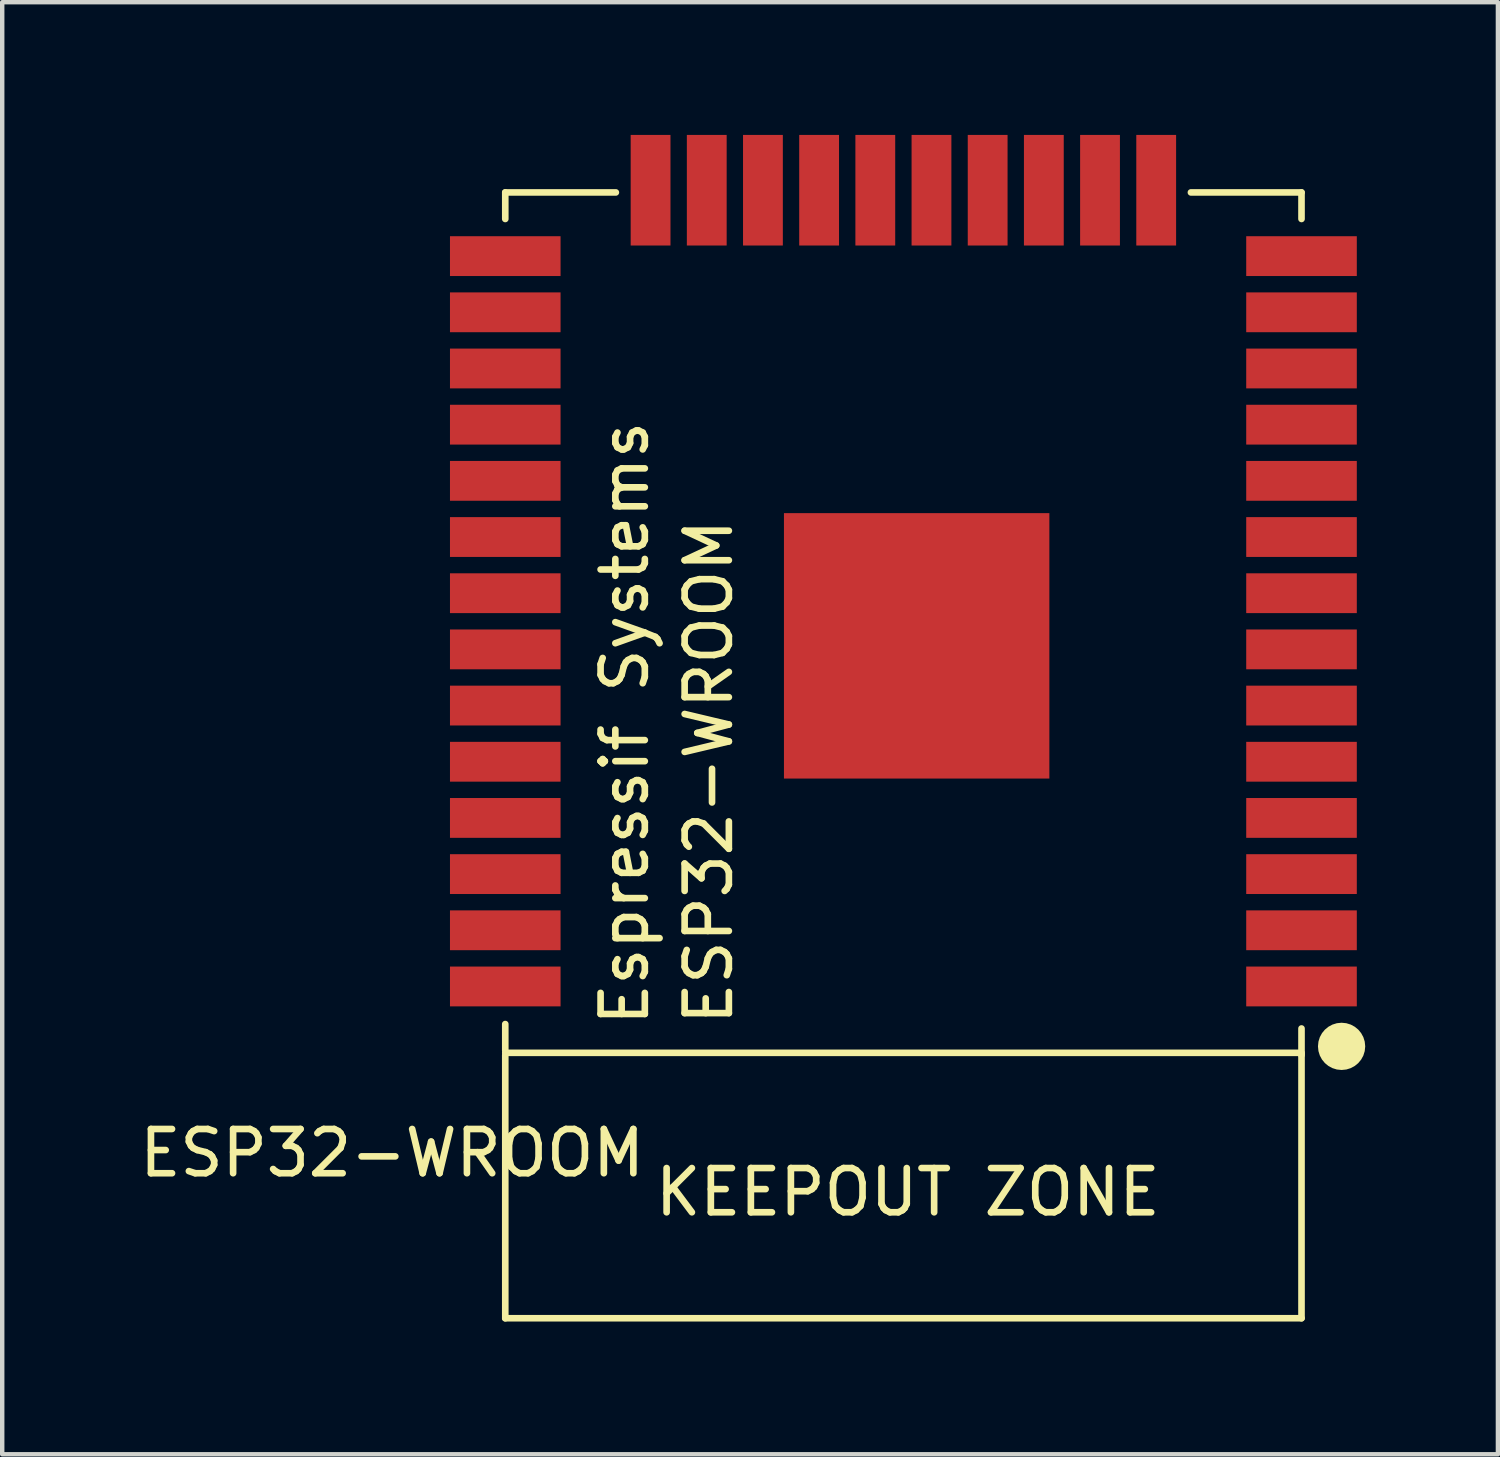
<source format=kicad_pcb>
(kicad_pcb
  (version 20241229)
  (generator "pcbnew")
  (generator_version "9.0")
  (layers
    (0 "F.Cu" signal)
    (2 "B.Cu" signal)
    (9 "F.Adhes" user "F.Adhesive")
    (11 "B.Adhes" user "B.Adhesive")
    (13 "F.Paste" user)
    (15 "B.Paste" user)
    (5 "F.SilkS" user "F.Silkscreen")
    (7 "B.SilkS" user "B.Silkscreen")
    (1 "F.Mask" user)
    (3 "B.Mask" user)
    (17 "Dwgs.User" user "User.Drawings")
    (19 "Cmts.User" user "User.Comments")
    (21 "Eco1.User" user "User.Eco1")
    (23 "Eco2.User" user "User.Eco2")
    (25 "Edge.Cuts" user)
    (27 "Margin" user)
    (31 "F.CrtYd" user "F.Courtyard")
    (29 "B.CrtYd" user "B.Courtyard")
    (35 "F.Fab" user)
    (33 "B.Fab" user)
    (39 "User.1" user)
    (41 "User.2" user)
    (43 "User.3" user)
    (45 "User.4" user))
  (footprint "ESP32-WROOM"
    (layer "F.Cu")
    (at 17.372 14)
    (property "Reference" "ESP32-WROOM" (at -11.557 9.017 0) (layer "F.SilkS") (effects (font (size 1 1) (thickness 0.15))))
    (attr through_hole)
    (fp_line (start -9 -12.7) (end -9 -12.1) (stroke (width 0.15) (type solid)) (layer "F.SilkS"))
    (fp_line (start -9 -12.7) (end -6.5 -12.7) (stroke (width 0.15) (type solid)) (layer "F.SilkS"))
    (fp_line (start -9 6.7) (end -9 6.1) (stroke (width 0.15) (type solid)) (layer "F.SilkS"))
    (fp_line (start -9 6.75) (end 9 6.75) (stroke (width 0.15) (type solid)) (layer "F.SilkS"))
    (fp_line (start -9 12.75) (end -9 6.8) (stroke (width 0.15) (type solid)) (layer "F.SilkS"))
    (fp_line (start -9 12.75) (end 9 12.75) (stroke (width 0.15) (type solid)) (layer "F.SilkS"))
    (fp_line (start 9 -12.7) (end 6.5 -12.7) (stroke (width 0.15) (type solid)) (layer "F.SilkS"))
    (fp_line (start 9 -12.7) (end 9 -12.1) (stroke (width 0.15) (type solid)) (layer "F.SilkS"))
    (fp_line (start 9 6.8) (end 9 6.2) (stroke (width 0.15) (type solid)) (layer "F.SilkS"))
    (fp_line (start 9 12.75) (end 9 6.8) (stroke (width 0.15) (type solid)) (layer "F.SilkS"))
    (fp_line (start 9.9 6.8) (end 9.9 6.5) (stroke (width 0.15) (type solid)) (layer "F.SilkS"))
    (fp_circle (center 9.906 6.604) (end 10.033 6.858) (stroke (width 0.5) (type solid)) (fill no) (layer "F.SilkS"))
    (fp_text user "Espressif Systems" (at -6.3 -0.7 90) (layer "F.SilkS") (effects (font (size 1 1) (thickness 0.15))))
    (fp_text user "KEEPOUT ZONE" (at 0.1 9.9 0) (layer "F.SilkS") (effects (font (size 1 1) (thickness 0.15))))
    (fp_text user "ESP32-WROOM" (at -4.4 0.4 90) (layer "F.SilkS") (effects (font (size 1 1) (thickness 0.15))))
    (pad "1" smd rect (at 9 5.25) (size 2.5 0.9) (layers "F.Cu" "F.Mask" "F.Paste"))
    (pad "2" smd rect (at 9 3.98) (size 2.5 0.9) (layers "F.Cu" "F.Mask" "F.Paste"))
    (pad "3" smd rect (at 9 2.71) (size 2.5 0.9) (layers "F.Cu" "F.Mask" "F.Paste"))
    (pad "4" smd rect (at 9 1.44) (size 2.5 0.9) (layers "F.Cu" "F.Mask" "F.Paste"))
    (pad "5" smd rect (at 9 0.17) (size 2.5 0.9) (layers "F.Cu" "F.Mask" "F.Paste"))
    (pad "6" smd rect (at 9 -1.1) (size 2.5 0.9) (layers "F.Cu" "F.Mask" "F.Paste"))
    (pad "7" smd rect (at 9 -2.37) (size 2.5 0.9) (layers "F.Cu" "F.Mask" "F.Paste"))
    (pad "8" smd rect (at 9 -3.64) (size 2.5 0.9) (layers "F.Cu" "F.Mask" "F.Paste"))
    (pad "9" smd rect (at 9 -4.91) (size 2.5 0.9) (layers "F.Cu" "F.Mask" "F.Paste"))
    (pad "10" smd rect (at 9 -6.18) (size 2.5 0.9) (layers "F.Cu" "F.Mask" "F.Paste"))
    (pad "11" smd rect (at 9 -7.45) (size 2.5 0.9) (layers "F.Cu" "F.Mask" "F.Paste"))
    (pad "12" smd rect (at 9 -8.72) (size 2.5 0.9) (layers "F.Cu" "F.Mask" "F.Paste"))
    (pad "13" smd rect (at 9 -9.99) (size 2.5 0.9) (layers "F.Cu" "F.Mask" "F.Paste"))
    (pad "14" smd rect (at 9 -11.26) (size 2.5 0.9) (layers "F.Cu" "F.Mask" "F.Paste"))
    (pad "15" smd rect (at 5.715 -12.75) (size 0.9 2.5) (layers "F.Cu" "F.Mask" "F.Paste"))
    (pad "16" smd rect (at 4.445 -12.75) (size 0.9 2.5) (layers "F.Cu" "F.Mask" "F.Paste"))
    (pad "17" smd rect (at 3.175 -12.75) (size 0.9 2.5) (layers "F.Cu" "F.Mask" "F.Paste"))
    (pad "18" smd rect (at 1.905 -12.75) (size 0.9 2.5) (layers "F.Cu" "F.Mask" "F.Paste"))
    (pad "19" smd rect (at 0.635 -12.75) (size 0.9 2.5) (layers "F.Cu" "F.Mask" "F.Paste"))
    (pad "20" smd rect (at -0.635 -12.75) (size 0.9 2.5) (layers "F.Cu" "F.Mask" "F.Paste"))
    (pad "21" smd rect (at -1.905 -12.75) (size 0.9 2.5) (layers "F.Cu" "F.Mask" "F.Paste"))
    (pad "22" smd rect (at -3.175 -12.75) (size 0.9 2.5) (layers "F.Cu" "F.Mask" "F.Paste"))
    (pad "23" smd rect (at -4.445 -12.75) (size 0.9 2.5) (layers "F.Cu" "F.Mask" "F.Paste"))
    (pad "24" smd rect (at -5.715 -12.75) (size 0.9 2.5) (layers "F.Cu" "F.Mask" "F.Paste"))
    (pad "25" smd rect (at -9 -11.26) (size 2.5 0.9) (layers "F.Cu" "F.Mask" "F.Paste"))
    (pad "26" smd rect (at -9 -9.99) (size 2.5 0.9) (layers "F.Cu" "F.Mask" "F.Paste"))
    (pad "27" smd rect (at -9 -8.72) (size 2.5 0.9) (layers "F.Cu" "F.Mask" "F.Paste"))
    (pad "28" smd rect (at -9 -7.45) (size 2.5 0.9) (layers "F.Cu" "F.Mask" "F.Paste"))
    (pad "29" smd rect (at -9 -6.18) (size 2.5 0.9) (layers "F.Cu" "F.Mask" "F.Paste"))
    (pad "30" smd rect (at -9 -4.91) (size 2.5 0.9) (layers "F.Cu" "F.Mask" "F.Paste"))
    (pad "31" smd rect (at -9 -3.64) (size 2.5 0.9) (layers "F.Cu" "F.Mask" "F.Paste"))
    (pad "32" smd rect (at -9 -2.37) (size 2.5 0.9) (layers "F.Cu" "F.Mask" "F.Paste"))
    (pad "33" smd rect (at -9 -1.1) (size 2.5 0.9) (layers "F.Cu" "F.Mask" "F.Paste"))
    (pad "34" smd rect (at -9 0.17) (size 2.5 0.9) (layers "F.Cu" "F.Mask" "F.Paste"))
    (pad "35" smd rect (at -9 1.44) (size 2.5 0.9) (layers "F.Cu" "F.Mask" "F.Paste"))
    (pad "36" smd rect (at -9 2.71) (size 2.5 0.9) (layers "F.Cu" "F.Mask" "F.Paste"))
    (pad "37" smd rect (at -9 3.98) (size 2.5 0.9) (layers "F.Cu" "F.Mask" "F.Paste"))
    (pad "38" smd rect (at -9 5.25) (size 2.5 0.9) (layers "F.Cu" "F.Mask" "F.Paste"))
    (pad "39" smd rect (at 0.3 -2.45) (size 6 6) (layers "*.Paste" "*.Mask" "F.Cu")))
  (gr_rect
    (start -3 -3)
    (end 30.812 29.825)
    (stroke (width 0.1) (type default))
    (fill no)
    (layer "Edge.Cuts")))
</source>
